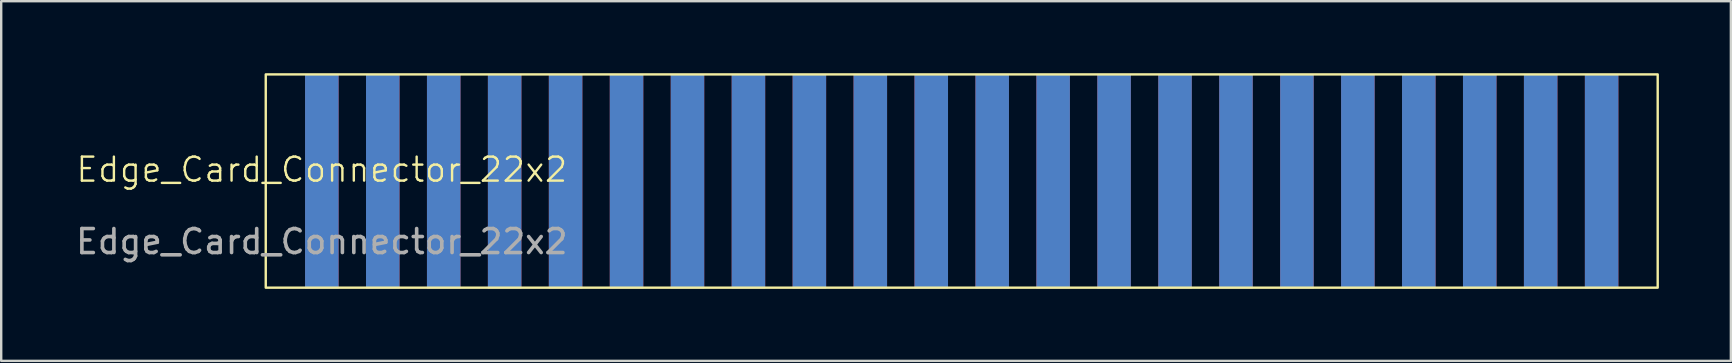
<source format=kicad_pcb>
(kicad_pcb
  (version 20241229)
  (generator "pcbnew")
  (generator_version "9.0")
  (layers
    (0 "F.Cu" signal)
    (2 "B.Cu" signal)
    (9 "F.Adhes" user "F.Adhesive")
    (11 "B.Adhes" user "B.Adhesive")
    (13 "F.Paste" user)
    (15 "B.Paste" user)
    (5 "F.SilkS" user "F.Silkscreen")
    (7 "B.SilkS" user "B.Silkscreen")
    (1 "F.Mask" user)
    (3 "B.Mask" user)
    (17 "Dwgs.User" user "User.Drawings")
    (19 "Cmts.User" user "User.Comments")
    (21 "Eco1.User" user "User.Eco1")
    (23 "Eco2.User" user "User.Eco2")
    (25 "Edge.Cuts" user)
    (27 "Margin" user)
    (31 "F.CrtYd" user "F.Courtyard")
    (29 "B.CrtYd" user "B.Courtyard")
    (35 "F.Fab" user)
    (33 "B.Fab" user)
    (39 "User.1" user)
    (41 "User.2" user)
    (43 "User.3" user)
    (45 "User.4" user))
  (footprint "Edge_Card_Connector_22x2"
    (layer "F.Cu")
    (at 10.363 4.52)
    (property "Reference" "Edge_Card_Connector_22x2" (at 0 -0.5 0) (unlocked yes) (layer "F.SilkS") (effects (font (size 1 1) (thickness 0.1))))
    (attr smd)
    (fp_rect (start -2.337 -4.47) (end 55.677 4.42) (stroke (width 0.1) (type default)) (fill no) (layer "F.SilkS"))
    (fp_text user "${REFERENCE}" (at 0 2.5 0) (unlocked yes) (layer "F.Fab") (effects (font (size 1 1) (thickness 0.15))))
    (pad "1" connect rect (at 53.34 0) (size 1.397 8.89) (layers "B.Cu" "B.Mask"))
    (pad "2" connect rect (at 53.34 0) (size 1.397 8.89) (layers "F.Cu" "F.Mask"))
    (pad "3" connect rect (at 50.8 0) (size 1.397 8.89) (layers "B.Cu" "B.Mask"))
    (pad "4" connect rect (at 50.8 0) (size 1.397 8.89) (layers "F.Cu" "F.Mask"))
    (pad "5" connect rect (at 48.26 0) (size 1.397 8.89) (layers "B.Cu" "B.Mask"))
    (pad "6" connect rect (at 48.26 0) (size 1.397 8.89) (layers "F.Cu" "F.Mask"))
    (pad "7" connect rect (at 45.72 0) (size 1.397 8.89) (layers "B.Cu" "B.Mask"))
    (pad "8" connect rect (at 45.72 0) (size 1.397 8.89) (layers "F.Cu" "F.Mask"))
    (pad "9" connect rect (at 43.18 0) (size 1.397 8.89) (layers "B.Cu" "B.Mask"))
    (pad "10" connect rect (at 43.18 0) (size 1.397 8.89) (layers "F.Cu" "F.Mask"))
    (pad "11" connect rect (at 40.64 0) (size 1.397 8.89) (layers "B.Cu" "B.Mask"))
    (pad "12" connect rect (at 40.64 0) (size 1.397 8.89) (layers "F.Cu" "F.Mask"))
    (pad "13" connect rect (at 38.1 0) (size 1.397 8.89) (layers "B.Cu" "B.Mask"))
    (pad "14" connect rect (at 38.1 0) (size 1.397 8.89) (layers "F.Cu" "F.Mask"))
    (pad "15" connect rect (at 35.56 0) (size 1.397 8.89) (layers "B.Cu" "B.Mask"))
    (pad "16" connect rect (at 35.56 0) (size 1.397 8.89) (layers "F.Cu" "F.Mask"))
    (pad "17" connect rect (at 33.02 0) (size 1.397 8.89) (layers "B.Cu" "B.Mask"))
    (pad "18" connect rect (at 33.02 0) (size 1.397 8.89) (layers "F.Cu" "F.Mask"))
    (pad "19" connect rect (at 30.48 0) (size 1.397 8.89) (layers "B.Cu" "B.Mask"))
    (pad "20" connect rect (at 30.48 0) (size 1.397 8.89) (layers "F.Cu" "F.Mask"))
    (pad "21" connect rect (at 27.94 0) (size 1.397 8.89) (layers "B.Cu" "B.Mask"))
    (pad "22" connect rect (at 27.94 0) (size 1.397 8.89) (layers "F.Cu" "F.Mask"))
    (pad "23" connect rect (at 25.4 0) (size 1.397 8.89) (layers "B.Cu" "B.Mask"))
    (pad "24" connect rect (at 25.4 0) (size 1.397 8.89) (layers "F.Cu" "F.Mask"))
    (pad "25" connect rect (at 22.86 0) (size 1.397 8.89) (layers "B.Cu" "B.Mask"))
    (pad "26" connect rect (at 22.86 0) (size 1.397 8.89) (layers "F.Cu" "F.Mask"))
    (pad "27" connect rect (at 20.32 0) (size 1.397 8.89) (layers "B.Cu" "B.Mask"))
    (pad "28" connect rect (at 20.32 0) (size 1.397 8.89) (layers "F.Cu" "F.Mask"))
    (pad "29" connect rect (at 17.78 0) (size 1.397 8.89) (layers "B.Cu" "B.Mask"))
    (pad "30" connect rect (at 17.78 0) (size 1.397 8.89) (layers "F.Cu" "F.Mask"))
    (pad "31" connect rect (at 15.24 0) (size 1.397 8.89) (layers "B.Cu" "B.Mask"))
    (pad "32" connect rect (at 15.24 0) (size 1.397 8.89) (layers "F.Cu" "F.Mask"))
    (pad "33" connect rect (at 12.7 0) (size 1.397 8.89) (layers "B.Cu" "B.Mask"))
    (pad "34" connect rect (at 12.7 0) (size 1.397 8.89) (layers "F.Cu" "F.Mask"))
    (pad "35" connect rect (at 10.16 0) (size 1.397 8.89) (layers "B.Cu" "B.Mask"))
    (pad "36" connect rect (at 10.16 0) (size 1.397 8.89) (layers "F.Cu" "F.Mask"))
    (pad "37" connect rect (at 7.62 0) (size 1.397 8.89) (layers "B.Cu" "B.Mask"))
    (pad "38" connect rect (at 7.62 0) (size 1.397 8.89) (layers "F.Cu" "F.Mask"))
    (pad "39" connect rect (at 5.08 0) (size 1.397 8.89) (layers "B.Cu" "B.Mask"))
    (pad "40" connect rect (at 5.08 0) (size 1.397 8.89) (layers "F.Cu" "F.Mask"))
    (pad "41" connect rect (at 2.54 0) (size 1.397 8.89) (layers "B.Cu" "B.Mask"))
    (pad "42" connect rect (at 2.54 0) (size 1.397 8.89) (layers "F.Cu" "F.Mask"))
    (pad "43" connect rect (at 0 0) (size 1.397 8.89) (layers "B.Cu" "B.Mask"))
    (pad "44" connect rect (at 0 0) (size 1.397 8.89) (layers "F.Cu" "F.Mask")))
  (gr_rect
    (start -3 -3)
    (end 69.09 11.99)
    (stroke (width 0.1) (type default))
    (fill no)
    (layer "Edge.Cuts")))
</source>
